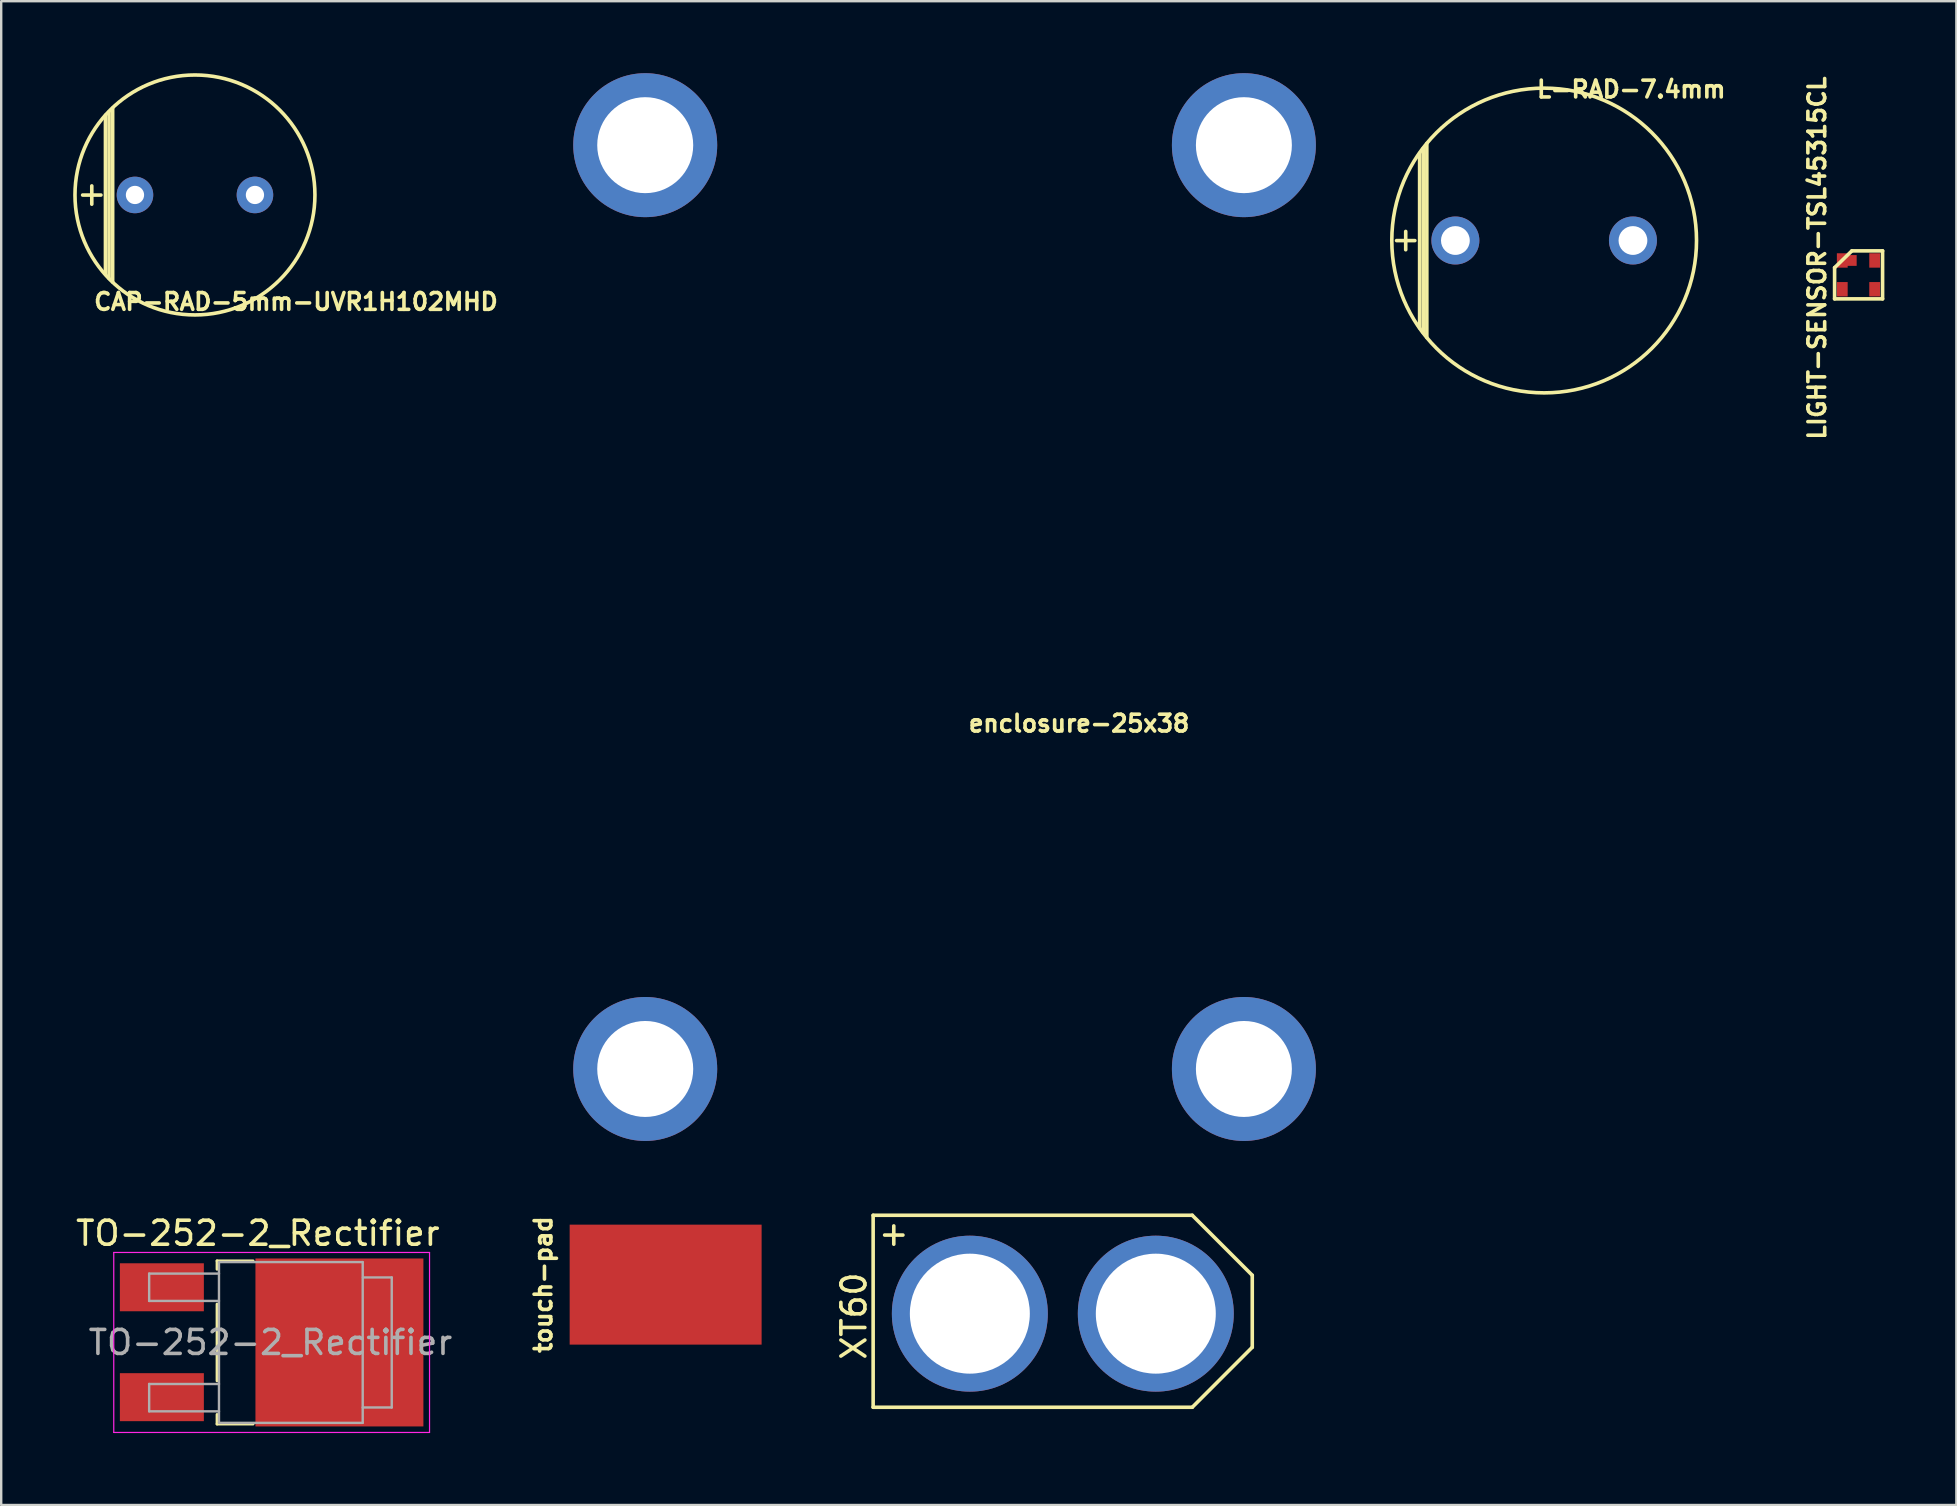
<source format=kicad_pcb>
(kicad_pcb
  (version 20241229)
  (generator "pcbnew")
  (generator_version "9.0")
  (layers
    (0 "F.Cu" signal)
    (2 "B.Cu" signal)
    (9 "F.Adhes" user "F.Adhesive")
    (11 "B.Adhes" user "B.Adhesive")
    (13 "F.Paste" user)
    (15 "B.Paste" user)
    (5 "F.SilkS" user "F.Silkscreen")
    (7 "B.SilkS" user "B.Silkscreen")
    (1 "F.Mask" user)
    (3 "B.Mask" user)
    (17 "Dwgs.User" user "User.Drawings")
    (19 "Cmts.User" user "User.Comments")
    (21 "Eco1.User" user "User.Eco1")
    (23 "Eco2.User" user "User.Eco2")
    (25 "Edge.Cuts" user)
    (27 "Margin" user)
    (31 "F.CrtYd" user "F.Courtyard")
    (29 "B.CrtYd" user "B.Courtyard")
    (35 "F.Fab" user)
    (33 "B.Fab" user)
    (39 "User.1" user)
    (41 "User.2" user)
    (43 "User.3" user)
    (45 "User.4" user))
  (footprint "TO-252-2_Rectifier"
    (layer "F.Cu")
    (at 8.271 52.898)
    (property "Reference" "TO-252-2_Rectifier" (at -0.575 -4.55 0) (layer "F.SilkS") (effects (font (size 1 1) (thickness 0.15))))
    (attr smd)
    (fp_line (start -2.275 -3.4) (end -0.775 -3.4) (stroke (width 0.12) (type solid)) (layer "F.SilkS"))
    (fp_line (start -2.275 -3.05) (end -2.275 -3.4) (stroke (width 0.12) (type solid)) (layer "F.SilkS"))
    (fp_line (start -2.275 1.6) (end -2.275 -1.6) (stroke (width 0.12) (type solid)) (layer "F.SilkS"))
    (fp_line (start -2.275 3.4) (end -2.275 3) (stroke (width 0.12) (type solid)) (layer "F.SilkS"))
    (fp_line (start -0.775 3.4) (end -2.275 3.4) (stroke (width 0.12) (type solid)) (layer "F.SilkS"))
    (fp_line (start -6.58 3.75) (end -6.58 -3.75) (stroke (width 0.05) (type solid)) (layer "F.CrtYd"))
    (fp_line (start -6.58 3.75) (end 6.58 3.75) (stroke (width 0.05) (type solid)) (layer "F.CrtYd"))
    (fp_line (start 6.58 -3.75) (end -6.58 -3.75) (stroke (width 0.05) (type solid)) (layer "F.CrtYd"))
    (fp_line (start 6.58 -3.75) (end 6.58 3.75) (stroke (width 0.05) (type solid)) (layer "F.CrtYd"))
    (fp_line (start -5.105 -2.87) (end -5.105 -1.73) (stroke (width 0.1) (type solid)) (layer "F.Fab"))
    (fp_line (start -5.105 -1.73) (end -2.195 -1.73) (stroke (width 0.1) (type solid)) (layer "F.Fab"))
    (fp_line (start -5.105 1.73) (end -5.105 2.87) (stroke (width 0.1) (type solid)) (layer "F.Fab"))
    (fp_line (start -5.105 2.87) (end -2.195 2.87) (stroke (width 0.1) (type solid)) (layer "F.Fab"))
    (fp_line (start -2.195 -2.87) (end -5.105 -2.87) (stroke (width 0.1) (type solid)) (layer "F.Fab"))
    (fp_line (start -2.195 1.73) (end -5.105 1.73) (stroke (width 0.1) (type solid)) (layer "F.Fab"))
    (fp_line (start -2.195 3.35) (end -2.195 -3.35) (stroke (width 0.1) (type solid)) (layer "F.Fab"))
    (fp_line (start -2.195 3.35) (end 3.795 3.35) (stroke (width 0.1) (type solid)) (layer "F.Fab"))
    (fp_line (start 3.795 -3.35) (end -2.195 -3.35) (stroke (width 0.1) (type solid)) (layer "F.Fab"))
    (fp_line (start 3.795 3.35) (end 3.795 -3.35) (stroke (width 0.1) (type solid)) (layer "F.Fab"))
    (fp_line (start 3.805 -2.71) (end 5.005 -2.71) (stroke (width 0.1) (type solid)) (layer "F.Fab"))
    (fp_line (start 5.005 -2.71) (end 5.005 2.71) (stroke (width 0.1) (type solid)) (layer "F.Fab"))
    (fp_line (start 5.005 2.71) (end 3.795 2.71) (stroke (width 0.1) (type solid)) (layer "F.Fab"))
    (fp_text user "${REFERENCE}" (at -0.05 0 0) (layer "F.Fab") (effects (font (size 1 1) (thickness 0.15))))
    (pad "1" smd rect (at -4.575 -2.3 270) (size 2 3.5) (layers "F.Cu" "F.Mask" "F.Paste"))
    (pad "2" smd rect (at 2.825 0 270) (size 7 7) (layers "F.Cu" "F.Mask" "F.Paste"))
    (pad "3" smd rect (at -4.575 2.28 270) (size 2 3.5) (layers "F.Cu" "F.Mask" "F.Paste")))
  (footprint "LIGHT-SENSOR-TSL45315CL"
    (layer "F.Cu")
    (at 73.728 7.805)
    (property "Reference" "LIGHT-SENSOR-TSL45315CL" (at -1.05 -0.1 270) (layer "F.SilkS") (effects (font (size 0.7 0.7) (thickness 0.15))))
    (attr through_hole)
    (fp_line (start -0.32 0.3) (end -0.32 1.6) (stroke (width 0.15) (type solid)) (layer "F.SilkS"))
    (fp_line (start -0.32 0.3) (end 0.4 -0.4) (stroke (width 0.15) (type solid)) (layer "F.SilkS"))
    (fp_line (start -0.32 1.6) (end 1.68 1.6) (stroke (width 0.15) (type solid)) (layer "F.SilkS"))
    (fp_line (start 0.4 -0.4) (end 1.68 -0.4) (stroke (width 0.15) (type solid)) (layer "F.SilkS"))
    (fp_line (start 1.68 -0.4) (end 1.68 1.6) (stroke (width 0.15) (type solid)) (layer "F.SilkS"))
    (pad "1" smd rect (at 0 0) (size 0.45 0.6) (layers "F.Cu" "F.Mask" "F.Paste"))
    (pad "1" smd rect (at 0.3 0 90) (size 0.45 0.6) (layers "F.Cu" "F.Mask" "F.Paste"))
    (pad "2" smd rect (at 0 1.2) (size 0.45 0.6) (layers "F.Cu" "F.Mask" "F.Paste"))
    (pad "3" smd rect (at 1.35 1.2) (size 0.45 0.6) (layers "F.Cu" "F.Mask" "F.Paste"))
    (pad "4" smd rect (at 1.35 0) (size 0.45 0.6) (layers "F.Cu" "F.Mask" "F.Paste")))
  (footprint "CAP-RAD-5mm-UVR1H102MHD"
    (layer "F.Cu")
    (at 5.075 5.075)
    (property "Reference" "CAP-RAD-5mm-UVR1H102MHD" (at 4.21 4.45 180) (layer "F.SilkS") (effects (font (size 0.7 0.7) (thickness 0.15))))
    (attr through_hole)
    (fp_line (start -3.73 -3.32) (end -3.73 3.3) (stroke (width 0.15) (type solid)) (layer "F.SilkS"))
    (fp_line (start -3.58 -3.46) (end -3.58 3.48) (stroke (width 0.15) (type solid)) (layer "F.SilkS"))
    (fp_line (start -3.43 -3.62) (end -3.43 3.63) (stroke (width 0.15) (type solid)) (layer "F.SilkS"))
    (fp_circle (center 0 0) (end 5 0) (stroke (width 0.15) (type solid)) (fill no) (layer "F.SilkS"))
    (fp_text user "+" (at -4.3 -0.07 0) (layer "F.SilkS") (effects (font (size 1 1) (thickness 0.15))))
    (pad "1" thru_hole circle (at -2.5 0) (size 1.524 1.524) (drill 0.762) (layers "*.Cu" "*.Mask"))
    (pad "2" thru_hole circle (at 2.5 0) (size 1.524 1.524) (drill 0.762) (layers "*.Cu" "*.Mask")))
  (footprint "enclosure-25x38"
    (layer "F.Cu")
    (at 23.89 2.95)
    (property "Reference" "enclosure-25x38" (at 18.03 24.15 0) (layer "F.SilkS") (effects (font (size 0.7 0.7) (thickness 0.15))))
    (attr through_hole)
    (pad "" np_thru_hole circle (at -0.05 0.05) (size 6 6) (drill 4) (layers "*.Cu" "*.Mask"))
    (pad "" np_thru_hole circle (at -0.05 38.55) (size 6 6) (drill 4) (layers "*.Cu" "*.Mask"))
    (pad "" np_thru_hole circle (at 24.9 0.05) (size 6 6) (drill 4) (layers "*.Cu" "*.Mask"))
    (pad "" np_thru_hole circle (at 24.9 38.55) (size 6 6) (drill 4) (layers "*.Cu" "*.Mask")))
  (footprint "L-RAD-7.4mm"
    (layer "F.Cu")
    (at 61.304 6.973)
    (property "Reference" "L-RAD-7.4mm" (at 3.63 -6.3 180) (layer "F.SilkS") (effects (font (size 0.7 0.7) (thickness 0.15))))
    (attr through_hole)
    (fp_line (start -5.19 -3.64) (end -5.19 3.65) (stroke (width 0.15) (type solid)) (layer "F.SilkS"))
    (fp_line (start -5.04 -3.84) (end -5.04 3.84) (stroke (width 0.15) (type solid)) (layer "F.SilkS"))
    (fp_line (start -4.89 -4.04) (end -4.89 4.04) (stroke (width 0.15) (type solid)) (layer "F.SilkS"))
    (fp_circle (center 0 0) (end 6.35 0) (stroke (width 0.15) (type solid)) (fill no) (layer "F.SilkS"))
    (fp_text user "+" (at -5.77 -0.07 0) (layer "F.SilkS") (effects (font (size 1 1) (thickness 0.15))))
    (pad "1" thru_hole circle (at -3.7 0) (size 2 2) (drill 1.2) (layers "*.Cu" "*.Mask"))
    (pad "2" thru_hole circle (at 3.7 0) (size 2 2) (drill 1.2) (layers "*.Cu" "*.Mask")))
  (footprint "XT60"
    (layer "F.Cu")
    (at 41.239 51.698)
    (property "Reference" "XT60" (at -8.7 0.1 90) (layer "F.SilkS") (effects (font (size 1 1) (thickness 0.15))))
    (attr through_hole)
    (fp_line (start -7.9 -4.1) (end -7.9 3.9) (stroke (width 0.15) (type solid)) (layer "F.SilkS"))
    (fp_line (start -7.9 3.9) (end 5.4 3.9) (stroke (width 0.15) (type solid)) (layer "F.SilkS"))
    (fp_line (start 5.4 -4.1) (end -7.9 -4.1) (stroke (width 0.15) (type solid)) (layer "F.SilkS"))
    (fp_line (start 5.4 3.9) (end 7.9 1.4) (stroke (width 0.15) (type solid)) (layer "F.SilkS"))
    (fp_line (start 7.9 -1.6) (end 5.4 -4.1) (stroke (width 0.15) (type solid)) (layer "F.SilkS"))
    (fp_line (start 7.9 1.4) (end 7.9 -1.6) (stroke (width 0.15) (type solid)) (layer "F.SilkS"))
    (fp_text user "+" (at -7.04 -3.35 0) (layer "F.SilkS") (effects (font (size 1 1) (thickness 0.15))))
    (pad "1" thru_hole circle (at -3.87 0) (size 6.5 6.5) (drill 5) (layers "*.Cu" "*.Mask"))
    (pad "2" thru_hole circle (at 3.88 0) (size 6.5 6.5) (drill 5) (layers "*.Cu" "*.Mask")))
  (footprint "touch-pad"
    (layer "F.Cu")
    (at 24.691 50.488)
    (property "Reference" "touch-pad" (at -5.1 0 270) (layer "F.SilkS") (effects (font (size 0.7 0.7) (thickness 0.15))))
    (attr through_hole)
    (pad "1" smd rect (at 0 0) (size 8 5) (layers "F.Cu" "F.Mask" "F.Paste")))
  (gr_rect
    (start -3 -3)
    (end 78.483 59.673)
    (stroke (width 0.1) (type default))
    (fill no)
    (layer "Edge.Cuts")))
</source>
